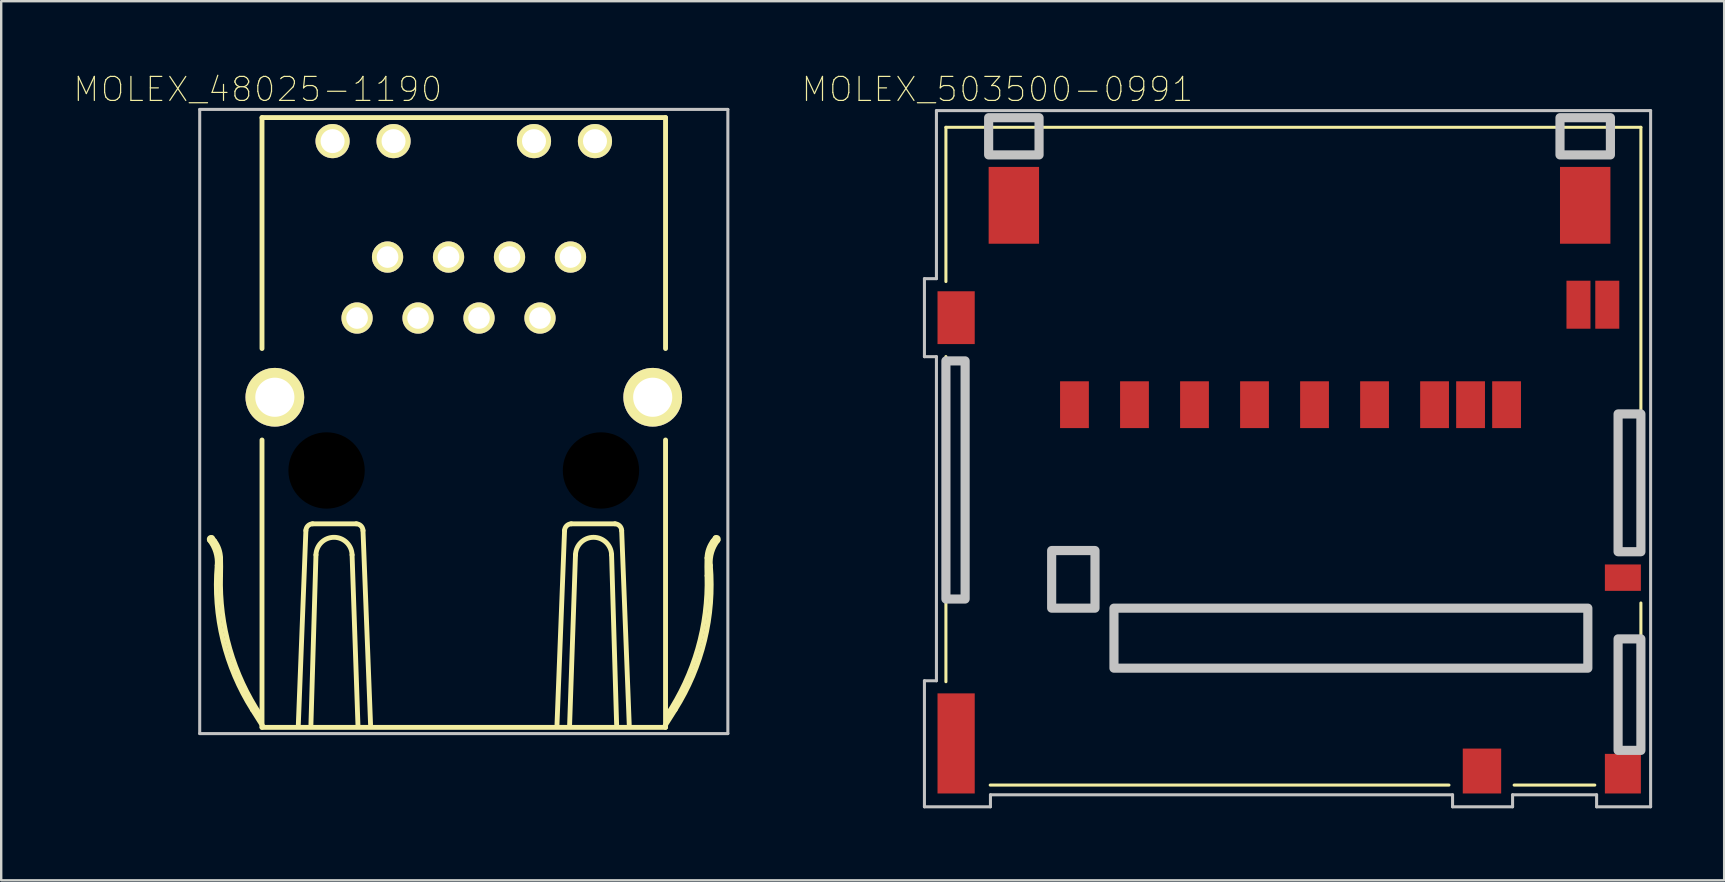
<source format=kicad_pcb>
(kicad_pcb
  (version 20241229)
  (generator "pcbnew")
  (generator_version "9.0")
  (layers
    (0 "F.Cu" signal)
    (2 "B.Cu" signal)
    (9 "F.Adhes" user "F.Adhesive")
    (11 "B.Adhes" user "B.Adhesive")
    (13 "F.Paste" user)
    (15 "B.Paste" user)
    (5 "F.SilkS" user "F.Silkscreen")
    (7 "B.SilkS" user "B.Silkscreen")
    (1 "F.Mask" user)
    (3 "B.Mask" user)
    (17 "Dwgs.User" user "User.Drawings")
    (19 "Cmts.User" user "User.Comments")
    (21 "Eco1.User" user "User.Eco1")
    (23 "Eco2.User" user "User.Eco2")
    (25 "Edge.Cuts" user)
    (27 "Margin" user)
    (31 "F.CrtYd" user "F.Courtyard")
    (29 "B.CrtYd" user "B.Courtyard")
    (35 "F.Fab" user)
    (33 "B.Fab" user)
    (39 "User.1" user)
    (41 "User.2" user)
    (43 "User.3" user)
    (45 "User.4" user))
  (footprint "MOLEX_48025-1190"
    (layer "F.Cu")
    (at 16.269 14.008)
    (property "Reference" "MOLEX_48025-1190" (at -8.58 -13.335 0) (layer "F.SilkS") (effects (font (size 1 1) (thickness 0.05))))
    (attr through_hole)
    (fp_line (start -10.481 5.344) (end -10.377 5.484) (stroke (width 0.203) (type solid)) (layer "F.SilkS"))
    (fp_line (start -8.405 -12.16) (end -8.405 -2.54) (stroke (width 0.203) (type solid)) (layer "F.SilkS"))
    (fp_line (start -8.405 -12.16) (end 8.405 -12.16) (stroke (width 0.203) (type solid)) (layer "F.SilkS"))
    (fp_line (start -8.405 1.27) (end -8.405 13.24) (stroke (width 0.203) (type solid)) (layer "F.SilkS"))
    (fp_line (start -8.405 13.24) (end 8.405 13.24) (stroke (width 0.203) (type solid)) (layer "F.SilkS"))
    (fp_line (start -8.385 13.17) (end -8.804 12.506) (stroke (width 0.203) (type solid)) (layer "F.SilkS"))
    (fp_line (start -6.892 13.123) (end -6.577 5.042) (stroke (width 0.203) (type solid)) (layer "F.SilkS"))
    (fp_line (start -6.367 13.123) (end -6.157 6.056) (stroke (width 0.203) (type solid)) (layer "F.SilkS"))
    (fp_line (start -6.298 4.762) (end -4.478 4.762) (stroke (width 0.203) (type solid)) (layer "F.SilkS"))
    (fp_line (start -4.653 6.056) (end -4.408 13.158) (stroke (width 0.203) (type solid)) (layer "F.SilkS"))
    (fp_line (start -3.883 13.123) (end -4.198 5.042) (stroke (width 0.203) (type solid)) (layer "F.SilkS"))
    (fp_line (start 3.883 13.123) (end 4.198 5.042) (stroke (width 0.203) (type solid)) (layer "F.SilkS"))
    (fp_line (start 4.653 6.056) (end 4.408 13.158) (stroke (width 0.203) (type solid)) (layer "F.SilkS"))
    (fp_line (start 6.298 4.762) (end 4.478 4.762) (stroke (width 0.203) (type solid)) (layer "F.SilkS"))
    (fp_line (start 6.367 13.123) (end 6.157 6.056) (stroke (width 0.203) (type solid)) (layer "F.SilkS"))
    (fp_line (start 6.892 13.123) (end 6.577 5.042) (stroke (width 0.203) (type solid)) (layer "F.SilkS"))
    (fp_line (start 8.385 13.17) (end 8.804 12.506) (stroke (width 0.203) (type solid)) (layer "F.SilkS"))
    (fp_line (start 8.405 -2.54) (end 8.405 -12.16) (stroke (width 0.203) (type solid)) (layer "F.SilkS"))
    (fp_line (start 8.405 13.24) (end 8.405 1.27) (stroke (width 0.203) (type solid)) (layer "F.SilkS"))
    (fp_line (start 10.481 5.344) (end 10.377 5.484) (stroke (width 0.203) (type solid)) (layer "F.SilkS"))
    (fp_arc (start -10.586203 5.448596) (mid -10.580364 5.349633) (end -10.4814 5.3438) (stroke (width 0.2032) (type solid)) (layer "F.SilkS"))
    (fp_arc (start -10.5862 5.4486) (mid -10.329579 5.942115) (end -10.271687 6.495343) (stroke (width 0.2032) (type solid)) (layer "F.SilkS"))
    (fp_arc (start -10.375724 5.484673) (mid -10.200019 5.814676) (end -10.132 6.1823) (stroke (width 0.2032) (type solid)) (layer "F.SilkS"))
    (fp_arc (start -10.131908 6.185388) (mid -10.126534 6.550695) (end -10.132 6.916) (stroke (width 0.2032) (type solid)) (layer "F.SilkS"))
    (fp_arc (start -8.80488 12.50524) (mid -10.028962 9.62075) (end -10.2718 6.4967) (stroke (width 0.2032) (type solid)) (layer "F.SilkS"))
    (fp_arc (start -8.455 12.7506) (mid -9.746788 9.971327) (end -10.132434 6.930874) (stroke (width 0.2032) (type solid)) (layer "F.SilkS"))
    (fp_arc (start -6.577389 5.041218) (mid -6.492165 4.846636) (end -6.2975 4.7616) (stroke (width 0.2032) (type solid)) (layer "F.SilkS"))
    (fp_arc (start -6.157464 6.054938) (mid -5.404719 5.325967) (end -4.6531 6.0561) (stroke (width 0.2032) (type solid)) (layer "F.SilkS"))
    (fp_arc (start -4.4781 4.7616) (mid -4.283435 4.846636) (end -4.198211 5.041218) (stroke (width 0.2032) (type solid)) (layer "F.SilkS"))
    (fp_arc (start 4.198211 5.041218) (mid 4.283435 4.846636) (end 4.4781 4.7616) (stroke (width 0.2032) (type solid)) (layer "F.SilkS"))
    (fp_arc (start 4.6531 6.0561) (mid 5.404719 5.325967) (end 6.157464 6.054938) (stroke (width 0.2032) (type solid)) (layer "F.SilkS"))
    (fp_arc (start 6.2975 4.7616) (mid 6.492165 4.846636) (end 6.577389 5.041218) (stroke (width 0.2032) (type solid)) (layer "F.SilkS"))
    (fp_arc (start 10.132 6.1823) (mid 10.200019 5.814676) (end 10.375724 5.484673) (stroke (width 0.2032) (type solid)) (layer "F.SilkS"))
    (fp_arc (start 10.132 6.916) (mid 10.126534 6.550695) (end 10.131908 6.185388) (stroke (width 0.2032) (type solid)) (layer "F.SilkS"))
    (fp_arc (start 10.132434 6.930874) (mid 9.746788 9.971327) (end 8.455 12.7506) (stroke (width 0.2032) (type solid)) (layer "F.SilkS"))
    (fp_arc (start 10.271687 6.495343) (mid 10.329578 5.942115) (end 10.5862 5.4486) (stroke (width 0.2032) (type solid)) (layer "F.SilkS"))
    (fp_arc (start 10.2718 6.4967) (mid 10.028962 9.62075) (end 8.80488 12.50524) (stroke (width 0.2032) (type solid)) (layer "F.SilkS"))
    (fp_arc (start 10.4814 5.3438) (mid 10.580364 5.349633) (end 10.586203 5.448596) (stroke (width 0.2032) (type solid)) (layer "F.SilkS"))
    (fp_line (start -11 -12.5) (end 11 -12.5) (stroke (width 0.127) (type solid)) (layer "Dwgs.User"))
    (fp_line (start -11 13.5) (end -11 -12.5) (stroke (width 0.127) (type solid)) (layer "Dwgs.User"))
    (fp_line (start -11 13.5) (end 11 13.5) (stroke (width 0.127) (type solid)) (layer "Dwgs.User"))
    (fp_line (start 11 13.5) (end 11 -12.5) (stroke (width 0.127) (type solid)) (layer "Dwgs.User"))
    (pad "" np_thru_hole circle (at -5.715 2.54) (size 3.18 3.18) (drill 3.18) (layers))
    (pad "" np_thru_hole circle (at 5.715 2.54) (size 3.18 3.18) (drill 3.18) (layers))
    (pad "1" thru_hole circle (at 4.445 -6.35) (size 1.3 1.3) (drill 0.9) (layers "*.Cu" "*.Mask" "F.SilkS"))
    (pad "2" thru_hole circle (at 3.175 -3.81) (size 1.3 1.3) (drill 0.9) (layers "*.Cu" "*.Mask" "F.SilkS"))
    (pad "3" thru_hole circle (at 1.905 -6.35) (size 1.3 1.3) (drill 0.9) (layers "*.Cu" "*.Mask" "F.SilkS"))
    (pad "4" thru_hole circle (at 0.635 -3.81) (size 1.3 1.3) (drill 0.9) (layers "*.Cu" "*.Mask" "F.SilkS"))
    (pad "5" thru_hole circle (at -0.635 -6.35) (size 1.3 1.3) (drill 0.9) (layers "*.Cu" "*.Mask" "F.SilkS"))
    (pad "6" thru_hole circle (at -1.905 -3.81) (size 1.3 1.3) (drill 0.9) (layers "*.Cu" "*.Mask" "F.SilkS"))
    (pad "7" thru_hole circle (at -3.175 -6.35) (size 1.3 1.3) (drill 0.9) (layers "*.Cu" "*.Mask" "F.SilkS"))
    (pad "8" thru_hole circle (at -4.445 -3.81) (size 1.3 1.3) (drill 0.9) (layers "*.Cu" "*.Mask" "F.SilkS"))
    (pad "9" thru_hole circle (at 5.465 -11.18) (size 1.422 1.422) (drill 1) (layers "*.Cu" "*.Mask" "F.SilkS"))
    (pad "10" thru_hole circle (at 2.925 -11.18) (size 1.422 1.422) (drill 1) (layers "*.Cu" "*.Mask" "F.SilkS"))
    (pad "11" thru_hole circle (at -2.925 -11.18) (size 1.422 1.422) (drill 1) (layers "*.Cu" "*.Mask" "F.SilkS"))
    (pad "12" thru_hole circle (at -5.465 -11.18) (size 1.422 1.422) (drill 1) (layers "*.Cu" "*.Mask" "F.SilkS"))
    (pad "S1" thru_hole circle (at -7.87 -0.51) (size 2.445 2.445) (drill 1.63) (layers "*.Cu" "*.Mask" "F.SilkS"))
    (pad "S2" thru_hole circle (at 7.87 -0.51) (size 2.445 2.445) (drill 1.63) (layers "*.Cu" "*.Mask" "F.SilkS")))
  (footprint "MOLEX_503500-0991"
    (layer "F.Cu")
    (at 50.458 13.808)
    (property "Reference" "MOLEX_503500-0991" (at -11.96 -13.135 0) (layer "F.SilkS") (effects (font (size 1 1) (thickness 0.05))))
    (attr smd)
    (fp_line (start -14.105 -11.555) (end -14.105 -5.13) (stroke (width 0.127) (type solid)) (layer "F.SilkS"))
    (fp_line (start -14.105 -11.555) (end 14.845 -11.555) (stroke (width 0.127) (type solid)) (layer "F.SilkS"))
    (fp_line (start -14.105 11.54) (end -14.105 -2.005) (stroke (width 0.127) (type solid)) (layer "F.SilkS"))
    (fp_line (start 6.85 15.845) (end -12.26 15.845) (stroke (width 0.127) (type solid)) (layer "F.SilkS"))
    (fp_line (start 12.925 15.845) (end 9.565 15.845) (stroke (width 0.127) (type solid)) (layer "F.SilkS"))
    (fp_line (start 14.845 -11.555) (end 14.845 6.145) (stroke (width 0.127) (type solid)) (layer "F.SilkS"))
    (fp_line (start 14.845 8.26) (end 14.845 14.09) (stroke (width 0.127) (type solid)) (layer "F.SilkS"))
    (fp_line (start -15 -5.25) (end -15 -2) (stroke (width 0.127) (type solid)) (layer "Dwgs.User"))
    (fp_line (start -15 -2) (end -14.5 -2) (stroke (width 0.127) (type solid)) (layer "Dwgs.User"))
    (fp_line (start -15 11.5) (end -15 16.75) (stroke (width 0.127) (type solid)) (layer "Dwgs.User"))
    (fp_line (start -15 16.75) (end -12.25 16.75) (stroke (width 0.127) (type solid)) (layer "Dwgs.User"))
    (fp_line (start -14.5 -12.25) (end -14.5 -5.25) (stroke (width 0.127) (type solid)) (layer "Dwgs.User"))
    (fp_line (start -14.5 -5.25) (end -15 -5.25) (stroke (width 0.127) (type solid)) (layer "Dwgs.User"))
    (fp_line (start -14.5 -2) (end -14.5 11.5) (stroke (width 0.127) (type solid)) (layer "Dwgs.User"))
    (fp_line (start -14.5 11.5) (end -15 11.5) (stroke (width 0.127) (type solid)) (layer "Dwgs.User"))
    (fp_line (start -12.25 16.25) (end 7 16.25) (stroke (width 0.127) (type solid)) (layer "Dwgs.User"))
    (fp_line (start -12.25 16.75) (end -12.25 16.25) (stroke (width 0.127) (type solid)) (layer "Dwgs.User"))
    (fp_line (start 7 16.25) (end 7 16.75) (stroke (width 0.127) (type solid)) (layer "Dwgs.User"))
    (fp_line (start 7 16.75) (end 9.5 16.75) (stroke (width 0.127) (type solid)) (layer "Dwgs.User"))
    (fp_line (start 9.5 16.25) (end 13 16.25) (stroke (width 0.127) (type solid)) (layer "Dwgs.User"))
    (fp_line (start 9.5 16.75) (end 9.5 16.25) (stroke (width 0.127) (type solid)) (layer "Dwgs.User"))
    (fp_line (start 13 16.25) (end 13 16.75) (stroke (width 0.127) (type solid)) (layer "Dwgs.User"))
    (fp_line (start 13 16.75) (end 15.25 16.75) (stroke (width 0.127) (type solid)) (layer "Dwgs.User"))
    (fp_line (start 15.25 -12.25) (end -14.5 -12.25) (stroke (width 0.127) (type solid)) (layer "Dwgs.User"))
    (fp_line (start 15.25 16.75) (end 15.25 -12.25) (stroke (width 0.127) (type solid)) (layer "Dwgs.User"))
    (fp_poly (pts (xy -14.105 -1.825) (xy -13.305 -1.825) (xy -13.305 8.095) (xy -14.105 8.095)) (stroke (width 0.381) (type solid)) (fill no) (layer "Dwgs.User"))
    (fp_poly (pts (xy -12.325 -11.955) (xy -10.225 -11.955) (xy -10.225 -10.405) (xy -12.325 -10.405)) (stroke (width 0.381) (type solid)) (fill no) (layer "Dwgs.User"))
    (fp_poly (pts (xy -9.7 6.075) (xy -7.895 6.075) (xy -7.895 8.475) (xy -9.7 8.475)) (stroke (width 0.381) (type solid)) (fill no) (layer "Dwgs.User"))
    (fp_poly (pts (xy -7.105 8.475) (xy 12.635 8.475) (xy 12.635 10.975) (xy -7.105 10.975)) (stroke (width 0.381) (type solid)) (fill no) (layer "Dwgs.User"))
    (fp_poly (pts (xy 11.475 -11.955) (xy 13.575 -11.955) (xy 13.575 -10.405) (xy 11.475 -10.405)) (stroke (width 0.381) (type solid)) (fill no) (layer "Dwgs.User"))
    (fp_poly (pts (xy 13.895 0.385) (xy 14.845 0.385) (xy 14.845 6.125) (xy 13.895 6.125)) (stroke (width 0.381) (type solid)) (fill no) (layer "Dwgs.User"))
    (fp_poly (pts (xy 13.895 9.755) (xy 14.845 9.755) (xy 14.845 14.4) (xy 13.895 14.4)) (stroke (width 0.381) (type solid)) (fill no) (layer "Dwgs.User"))
    (pad "1" smd rect (at -6.25 0 90) (size 1.95 1.2) (layers "F.Cu" "F.Mask" "F.Paste"))
    (pad "2" smd rect (at -3.75 0 90) (size 1.95 1.2) (layers "F.Cu" "F.Mask" "F.Paste"))
    (pad "3" smd rect (at -1.25 0 90) (size 1.95 1.2) (layers "F.Cu" "F.Mask" "F.Paste"))
    (pad "4" smd rect (at 1.25 0 90) (size 1.95 1.2) (layers "F.Cu" "F.Mask" "F.Paste"))
    (pad "5" smd rect (at 3.75 0 90) (size 1.95 1.2) (layers "F.Cu" "F.Mask" "F.Paste"))
    (pad "6" smd rect (at 6.25 0 90) (size 1.95 1.2) (layers "F.Cu" "F.Mask" "F.Paste"))
    (pad "7" smd rect (at 7.75 0 90) (size 1.95 1.2) (layers "F.Cu" "F.Mask" "F.Paste"))
    (pad "8" smd rect (at 9.25 0 90) (size 1.95 1.2) (layers "F.Cu" "F.Mask" "F.Paste"))
    (pad "9" smd rect (at -8.75 0 90) (size 1.95 1.2) (layers "F.Cu" "F.Mask" "F.Paste"))
    (pad "DS1" smd rect (at 14.095 7.205) (size 1.5 1.1) (layers "F.Cu" "F.Mask" "F.Paste"))
    (pad "DS2" smd rect (at 8.225 15.26 90) (size 1.87 1.6) (layers "F.Cu" "F.Mask" "F.Paste"))
    (pad "P1" smd rect (at -11.275 -8.305 90) (size 3.2 2.1) (layers "F.Cu" "F.Mask" "F.Paste"))
    (pad "P2" smd rect (at 12.525 -8.305 90) (size 3.2 2.1) (layers "F.Cu" "F.Mask" "F.Paste"))
    (pad "P3" smd rect (at -13.68 -3.625 270) (size 2.2 1.55) (layers "F.Cu" "F.Mask" "F.Paste"))
    (pad "P4" smd rect (at -13.68 14.11 90) (size 4.17 1.55) (layers "F.Cu" "F.Mask" "F.Paste"))
    (pad "P5" smd rect (at 14.095 15.37) (size 1.5 1.65) (layers "F.Cu" "F.Mask" "F.Paste"))
    (pad "WP1" smd rect (at 12.245 -4.165 90) (size 2 1) (layers "F.Cu" "F.Mask" "F.Paste"))
    (pad "WP2" smd rect (at 13.445 -4.165 90) (size 2 1) (layers "F.Cu" "F.Mask" "F.Paste")))
  (gr_rect
    (start -3 -3)
    (end 68.772 33.621)
    (stroke (width 0.1) (type default))
    (fill no)
    (layer "Edge.Cuts")))
</source>
